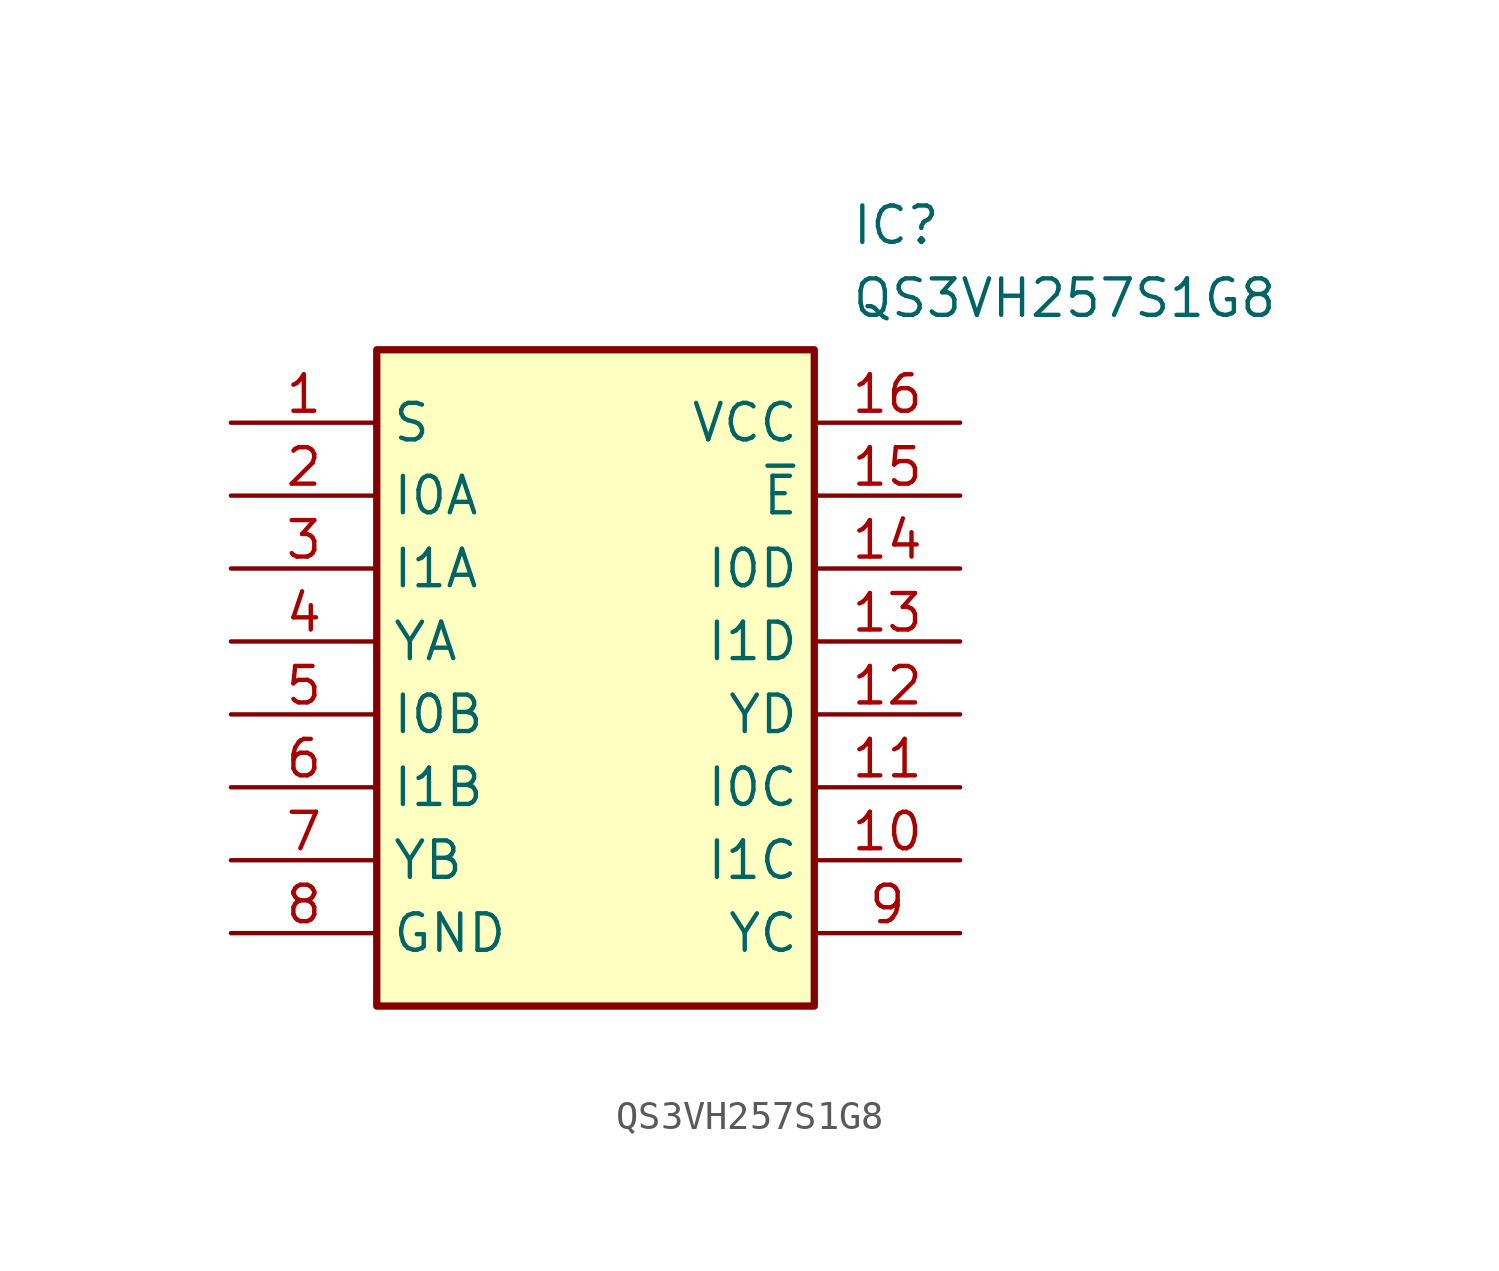
<source format=kicad_sym>
(kicad_symbol_lib
  (version 20220914)
  (generator kicad_symbol_editor)
  (symbol "QS3VH257S1G8"
    (property "Reference" "IC"
      (at 21.59 7.62 0)
      (effects (font (size 1.27 1.27)) (justify left top)))
    (property "Value" "QS3VH257S1G8"
      (at 21.59 5.08 0)
      (effects (font (size 1.27 1.27)) (justify left top)))
    (symbol "QS3VH257S1G8_1_1"
      (rectangle (start 5.08 2.54) (end 20.32 -20.32) (stroke (width 0.254) (type default)) (fill (type background)))
      (pin passive line (at 0 0 0) (length 5.08) (name "S" (effects (font (size 1.27 1.27)))) (number "1" (effects (font (size 1.27 1.27)))))
      (pin passive line (at 25.4 -15.24 180) (length 5.08) (name "I1C" (effects (font (size 1.27 1.27)))) (number "10" (effects (font (size 1.27 1.27)))))
      (pin passive line (at 25.4 -12.7 180) (length 5.08) (name "I0C" (effects (font (size 1.27 1.27)))) (number "11" (effects (font (size 1.27 1.27)))))
      (pin passive line (at 25.4 -10.16 180) (length 5.08) (name "YD" (effects (font (size 1.27 1.27)))) (number "12" (effects (font (size 1.27 1.27)))))
      (pin passive line (at 25.4 -7.62 180) (length 5.08) (name "I1D" (effects (font (size 1.27 1.27)))) (number "13" (effects (font (size 1.27 1.27)))))
      (pin passive line (at 25.4 -5.08 180) (length 5.08) (name "I0D" (effects (font (size 1.27 1.27)))) (number "14" (effects (font (size 1.27 1.27)))))
      (pin passive line (at 25.4 -2.54 180) (length 5.08) (name "~{E}" (effects (font (size 1.27 1.27)))) (number "15" (effects (font (size 1.27 1.27)))))
      (pin power_in line (at 25.4 0 180) (length 5.08) (name "VCC" (effects (font (size 1.27 1.27)))) (number "16" (effects (font (size 1.27 1.27)))))
      (pin passive line (at 0 -2.54 0) (length 5.08) (name "I0A" (effects (font (size 1.27 1.27)))) (number "2" (effects (font (size 1.27 1.27)))))
      (pin passive line (at 0 -5.08 0) (length 5.08) (name "I1A" (effects (font (size 1.27 1.27)))) (number "3" (effects (font (size 1.27 1.27)))))
      (pin passive line (at 0 -7.62 0) (length 5.08) (name "YA" (effects (font (size 1.27 1.27)))) (number "4" (effects (font (size 1.27 1.27)))))
      (pin passive line (at 0 -10.16 0) (length 5.08) (name "I0B" (effects (font (size 1.27 1.27)))) (number "5" (effects (font (size 1.27 1.27)))))
      (pin passive line (at 0 -12.7 0) (length 5.08) (name "I1B" (effects (font (size 1.27 1.27)))) (number "6" (effects (font (size 1.27 1.27)))))
      (pin passive line (at 0 -15.24 0) (length 5.08) (name "YB" (effects (font (size 1.27 1.27)))) (number "7" (effects (font (size 1.27 1.27)))))
      (pin power_in line (at 0 -17.78 0) (length 5.08) (name "GND" (effects (font (size 1.27 1.27)))) (number "8" (effects (font (size 1.27 1.27)))))
      (pin passive line (at 25.4 -17.78 180) (length 5.08) (name "YC" (effects (font (size 1.27 1.27)))) (number "9" (effects (font (size 1.27 1.27))))))))
</source>
